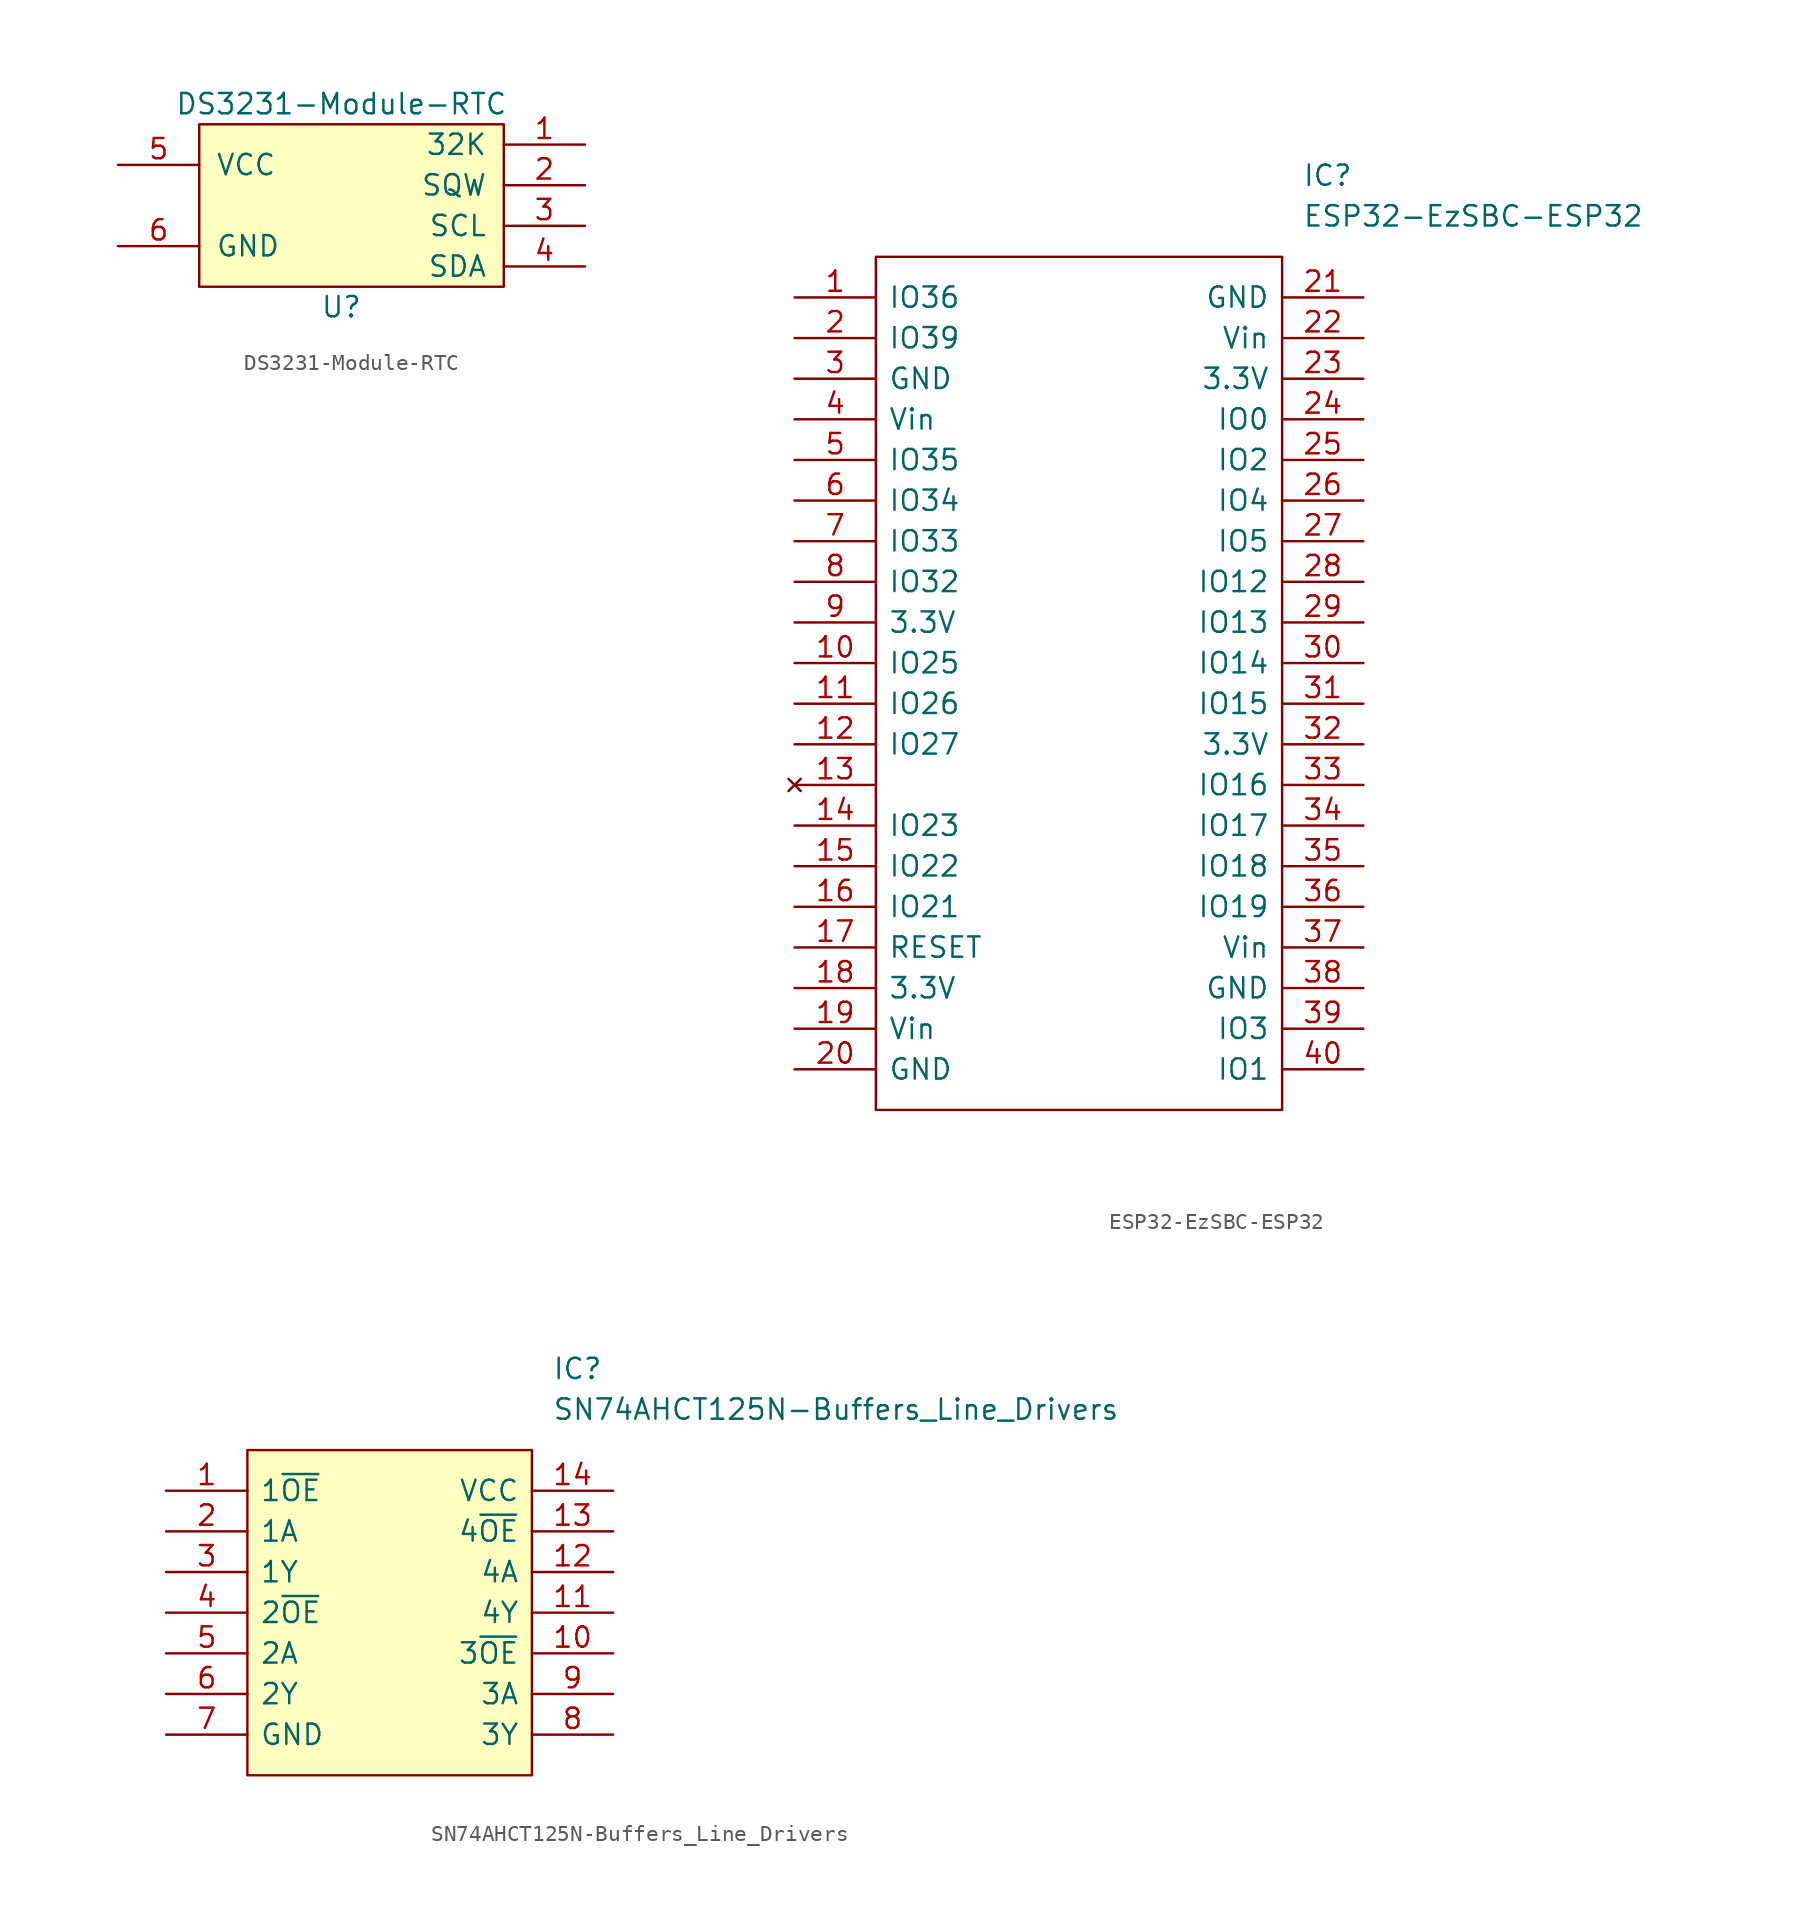
<source format=kicad_sym>
(kicad_symbol_lib
  (version 20211014)
  (generator kicad_symbol_editor)
  (symbol "DS3231-Module-RTC"
    (pin_names
      (offset 1.016))
    (property "Reference" "U"
      (at 0 0 0)
      (effects (font (size 1.27 1.27))))
    (property "Value" "DS3231-Module-RTC"
      (at 0 12.7 0)
      (effects (font (size 1.27 1.27))))
    (symbol "DS3231-Module-RTC_0_0"
      (pin bidirectional line (at 15.24 10.16 180) (length 5.08) (name "32K" (effects (font (size 1.27 1.27)))) (number "1" (effects (font (size 1.27 1.27)))))
      (pin bidirectional line (at 15.24 7.62 180) (length 5.08) (name "SQW" (effects (font (size 1.27 1.27)))) (number "2" (effects (font (size 1.27 1.27)))))
      (pin bidirectional line (at 15.24 5.08 180) (length 5.08) (name "SCL" (effects (font (size 1.27 1.27)))) (number "3" (effects (font (size 1.27 1.27)))))
      (pin bidirectional line (at 15.24 2.54 180) (length 5.08) (name "SDA" (effects (font (size 1.27 1.27)))) (number "4" (effects (font (size 1.27 1.27)))))
      (pin power_in line (at -13.97 8.89 0) (length 5.08) (name "VCC" (effects (font (size 1.27 1.27)))) (number "5" (effects (font (size 1.27 1.27)))))
      (pin power_in line (at -13.97 3.81 0) (length 5.08) (name "GND" (effects (font (size 1.27 1.27)))) (number "6" (effects (font (size 1.27 1.27))))))
    (symbol "DS3231-Module-RTC_0_1"
      (rectangle (start -8.89 11.43) (end 10.16 1.27) (stroke (width 0.152) (type default) (color 0 0 0 0)) (fill (type background)))))
  (symbol "ESP32-EzSBC-ESP32"
    (pin_names
      (offset 0.762))
    (property "Reference" "IC"
      (at 31.75 7.62 0)
      (effects (font (size 1.27 1.27)) (justify left)))
    (property "Value" "ESP32-EzSBC-ESP32"
      (at 31.75 5.08 0)
      (effects (font (size 1.27 1.27)) (justify left)))
    (symbol "ESP32-EzSBC-ESP32_0_0"
      (pin bidirectional line (at 0 0 0) (length 5.08) (name "IO36" (effects (font (size 1.27 1.27)))) (number "1" (effects (font (size 1.27 1.27)))))
      (pin bidirectional line (at 0 -22.86 0) (length 5.08) (name "IO25" (effects (font (size 1.27 1.27)))) (number "10" (effects (font (size 1.27 1.27)))))
      (pin bidirectional line (at 0 -25.4 0) (length 5.08) (name "IO26" (effects (font (size 1.27 1.27)))) (number "11" (effects (font (size 1.27 1.27)))))
      (pin bidirectional line (at 0 -27.94 0) (length 5.08) (name "IO27" (effects (font (size 1.27 1.27)))) (number "12" (effects (font (size 1.27 1.27)))))
      (pin no_connect line (at 0 -30.48 0) (length 5.08) (name "~" (effects (font (size 1.27 1.27)))) (number "13" (effects (font (size 1.27 1.27)))))
      (pin bidirectional line (at 0 -33.02 0) (length 5.08) (name "IO23" (effects (font (size 1.27 1.27)))) (number "14" (effects (font (size 1.27 1.27)))))
      (pin bidirectional line (at 0 -35.56 0) (length 5.08) (name "IO22" (effects (font (size 1.27 1.27)))) (number "15" (effects (font (size 1.27 1.27)))))
      (pin bidirectional line (at 0 -38.1 0) (length 5.08) (name "IO21" (effects (font (size 1.27 1.27)))) (number "16" (effects (font (size 1.27 1.27)))))
      (pin bidirectional line (at 0 -40.64 0) (length 5.08) (name "RESET" (effects (font (size 1.27 1.27)))) (number "17" (effects (font (size 1.27 1.27)))))
      (pin power_out line (at 0 -43.18 0) (length 5.08) (name "3.3V" (effects (font (size 1.27 1.27)))) (number "18" (effects (font (size 1.27 1.27)))))
      (pin power_in line (at 0 -45.72 0) (length 5.08) (name "Vin" (effects (font (size 1.27 1.27)))) (number "19" (effects (font (size 1.27 1.27)))))
      (pin bidirectional line (at 0 -2.54 0) (length 5.08) (name "IO39" (effects (font (size 1.27 1.27)))) (number "2" (effects (font (size 1.27 1.27)))))
      (pin power_in line (at 0 -48.26 0) (length 5.08) (name "GND" (effects (font (size 1.27 1.27)))) (number "20" (effects (font (size 1.27 1.27)))))
      (pin power_in line (at 35.56 0 180) (length 5.08) (name "GND" (effects (font (size 1.27 1.27)))) (number "21" (effects (font (size 1.27 1.27)))))
      (pin power_in line (at 35.56 -2.54 180) (length 5.08) (name "Vin" (effects (font (size 1.27 1.27)))) (number "22" (effects (font (size 1.27 1.27)))))
      (pin power_out line (at 35.56 -5.08 180) (length 5.08) (name "3.3V" (effects (font (size 1.27 1.27)))) (number "23" (effects (font (size 1.27 1.27)))))
      (pin bidirectional line (at 35.56 -7.62 180) (length 5.08) (name "IO0" (effects (font (size 1.27 1.27)))) (number "24" (effects (font (size 1.27 1.27)))))
      (pin bidirectional line (at 35.56 -10.16 180) (length 5.08) (name "IO2" (effects (font (size 1.27 1.27)))) (number "25" (effects (font (size 1.27 1.27)))))
      (pin bidirectional line (at 35.56 -12.7 180) (length 5.08) (name "IO4" (effects (font (size 1.27 1.27)))) (number "26" (effects (font (size 1.27 1.27)))))
      (pin bidirectional line (at 35.56 -15.24 180) (length 5.08) (name "IO5" (effects (font (size 1.27 1.27)))) (number "27" (effects (font (size 1.27 1.27)))))
      (pin bidirectional line (at 35.56 -17.78 180) (length 5.08) (name "IO12" (effects (font (size 1.27 1.27)))) (number "28" (effects (font (size 1.27 1.27)))))
      (pin bidirectional line (at 35.56 -20.32 180) (length 5.08) (name "IO13" (effects (font (size 1.27 1.27)))) (number "29" (effects (font (size 1.27 1.27)))))
      (pin power_in line (at 0 -5.08 0) (length 5.08) (name "GND" (effects (font (size 1.27 1.27)))) (number "3" (effects (font (size 1.27 1.27)))))
      (pin bidirectional line (at 35.56 -22.86 180) (length 5.08) (name "IO14" (effects (font (size 1.27 1.27)))) (number "30" (effects (font (size 1.27 1.27)))))
      (pin bidirectional line (at 35.56 -25.4 180) (length 5.08) (name "IO15" (effects (font (size 1.27 1.27)))) (number "31" (effects (font (size 1.27 1.27)))))
      (pin power_out line (at 35.56 -27.94 180) (length 5.08) (name "3.3V" (effects (font (size 1.27 1.27)))) (number "32" (effects (font (size 1.27 1.27)))))
      (pin bidirectional line (at 35.56 -30.48 180) (length 5.08) (name "IO16" (effects (font (size 1.27 1.27)))) (number "33" (effects (font (size 1.27 1.27)))))
      (pin bidirectional line (at 35.56 -33.02 180) (length 5.08) (name "IO17" (effects (font (size 1.27 1.27)))) (number "34" (effects (font (size 1.27 1.27)))))
      (pin bidirectional line (at 35.56 -35.56 180) (length 5.08) (name "IO18" (effects (font (size 1.27 1.27)))) (number "35" (effects (font (size 1.27 1.27)))))
      (pin bidirectional line (at 35.56 -38.1 180) (length 5.08) (name "IO19" (effects (font (size 1.27 1.27)))) (number "36" (effects (font (size 1.27 1.27)))))
      (pin power_in line (at 35.56 -40.64 180) (length 5.08) (name "Vin" (effects (font (size 1.27 1.27)))) (number "37" (effects (font (size 1.27 1.27)))))
      (pin power_in line (at 35.56 -43.18 180) (length 5.08) (name "GND" (effects (font (size 1.27 1.27)))) (number "38" (effects (font (size 1.27 1.27)))))
      (pin bidirectional line (at 35.56 -45.72 180) (length 5.08) (name "IO3" (effects (font (size 1.27 1.27)))) (number "39" (effects (font (size 1.27 1.27)))))
      (pin power_in line (at 0 -7.62 0) (length 5.08) (name "Vin" (effects (font (size 1.27 1.27)))) (number "4" (effects (font (size 1.27 1.27)))))
      (pin bidirectional line (at 35.56 -48.26 180) (length 5.08) (name "IO1" (effects (font (size 1.27 1.27)))) (number "40" (effects (font (size 1.27 1.27)))))
      (pin bidirectional line (at 0 -10.16 0) (length 5.08) (name "IO35" (effects (font (size 1.27 1.27)))) (number "5" (effects (font (size 1.27 1.27)))))
      (pin bidirectional line (at 0 -12.7 0) (length 5.08) (name "IO34" (effects (font (size 1.27 1.27)))) (number "6" (effects (font (size 1.27 1.27)))))
      (pin bidirectional line (at 0 -15.24 0) (length 5.08) (name "IO33" (effects (font (size 1.27 1.27)))) (number "7" (effects (font (size 1.27 1.27)))))
      (pin bidirectional line (at 0 -17.78 0) (length 5.08) (name "IO32" (effects (font (size 1.27 1.27)))) (number "8" (effects (font (size 1.27 1.27)))))
      (pin power_out line (at 0 -20.32 0) (length 5.08) (name "3.3V" (effects (font (size 1.27 1.27)))) (number "9" (effects (font (size 1.27 1.27))))))
    (symbol "ESP32-EzSBC-ESP32_0_1"
      (polyline (pts (xy 5.08 2.54) (xy 30.48 2.54) (xy 30.48 -50.8) (xy 5.08 -50.8) (xy 5.08 2.54)) (stroke (width 0.152) (type default) (color 0 0 0 0)) (fill (type none)))))
  (symbol "SN74AHCT125N-Buffers_Line_Drivers"
    (pin_names
      (offset 0.762))
    (property "Reference" "IC"
      (at 24.13 7.62 0)
      (effects (font (size 1.27 1.27)) (justify left)))
    (property "Value" "SN74AHCT125N-Buffers_Line_Drivers"
      (at 24.13 5.08 0)
      (effects (font (size 1.27 1.27)) (justify left)))
    (symbol "SN74AHCT125N-Buffers_Line_Drivers_0_0"
      (pin input line (at 0 0 0) (length 5.08) (name "1~{OE}" (effects (font (size 1.27 1.27)))) (number "1" (effects (font (size 1.27 1.27)))))
      (pin input line (at 27.94 -10.16 180) (length 5.08) (name "3~{OE}" (effects (font (size 1.27 1.27)))) (number "10" (effects (font (size 1.27 1.27)))))
      (pin output line (at 27.94 -7.62 180) (length 5.08) (name "4Y" (effects (font (size 1.27 1.27)))) (number "11" (effects (font (size 1.27 1.27)))))
      (pin input line (at 27.94 -5.08 180) (length 5.08) (name "4A" (effects (font (size 1.27 1.27)))) (number "12" (effects (font (size 1.27 1.27)))))
      (pin input line (at 27.94 -2.54 180) (length 5.08) (name "4~{OE}" (effects (font (size 1.27 1.27)))) (number "13" (effects (font (size 1.27 1.27)))))
      (pin power_in line (at 27.94 0 180) (length 5.08) (name "VCC" (effects (font (size 1.27 1.27)))) (number "14" (effects (font (size 1.27 1.27)))))
      (pin input line (at 0 -2.54 0) (length 5.08) (name "1A" (effects (font (size 1.27 1.27)))) (number "2" (effects (font (size 1.27 1.27)))))
      (pin output line (at 0 -5.08 0) (length 5.08) (name "1Y" (effects (font (size 1.27 1.27)))) (number "3" (effects (font (size 1.27 1.27)))))
      (pin input line (at 0 -7.62 0) (length 5.08) (name "2~{OE}" (effects (font (size 1.27 1.27)))) (number "4" (effects (font (size 1.27 1.27)))))
      (pin input line (at 0 -10.16 0) (length 5.08) (name "2A" (effects (font (size 1.27 1.27)))) (number "5" (effects (font (size 1.27 1.27)))))
      (pin output line (at 0 -12.7 0) (length 5.08) (name "2Y" (effects (font (size 1.27 1.27)))) (number "6" (effects (font (size 1.27 1.27)))))
      (pin power_in line (at 0 -15.24 0) (length 5.08) (name "GND" (effects (font (size 1.27 1.27)))) (number "7" (effects (font (size 1.27 1.27)))))
      (pin output line (at 27.94 -15.24 180) (length 5.08) (name "3Y" (effects (font (size 1.27 1.27)))) (number "8" (effects (font (size 1.27 1.27)))))
      (pin input line (at 27.94 -12.7 180) (length 5.08) (name "3A" (effects (font (size 1.27 1.27)))) (number "9" (effects (font (size 1.27 1.27))))))
    (symbol "SN74AHCT125N-Buffers_Line_Drivers_0_1"
      (polyline (pts (xy 5.08 2.54) (xy 22.86 2.54) (xy 22.86 -17.78) (xy 5.08 -17.78) (xy 5.08 2.54)) (stroke (width 0.152) (type default) (color 0 0 0 0)) (fill (type background))))))
</source>
